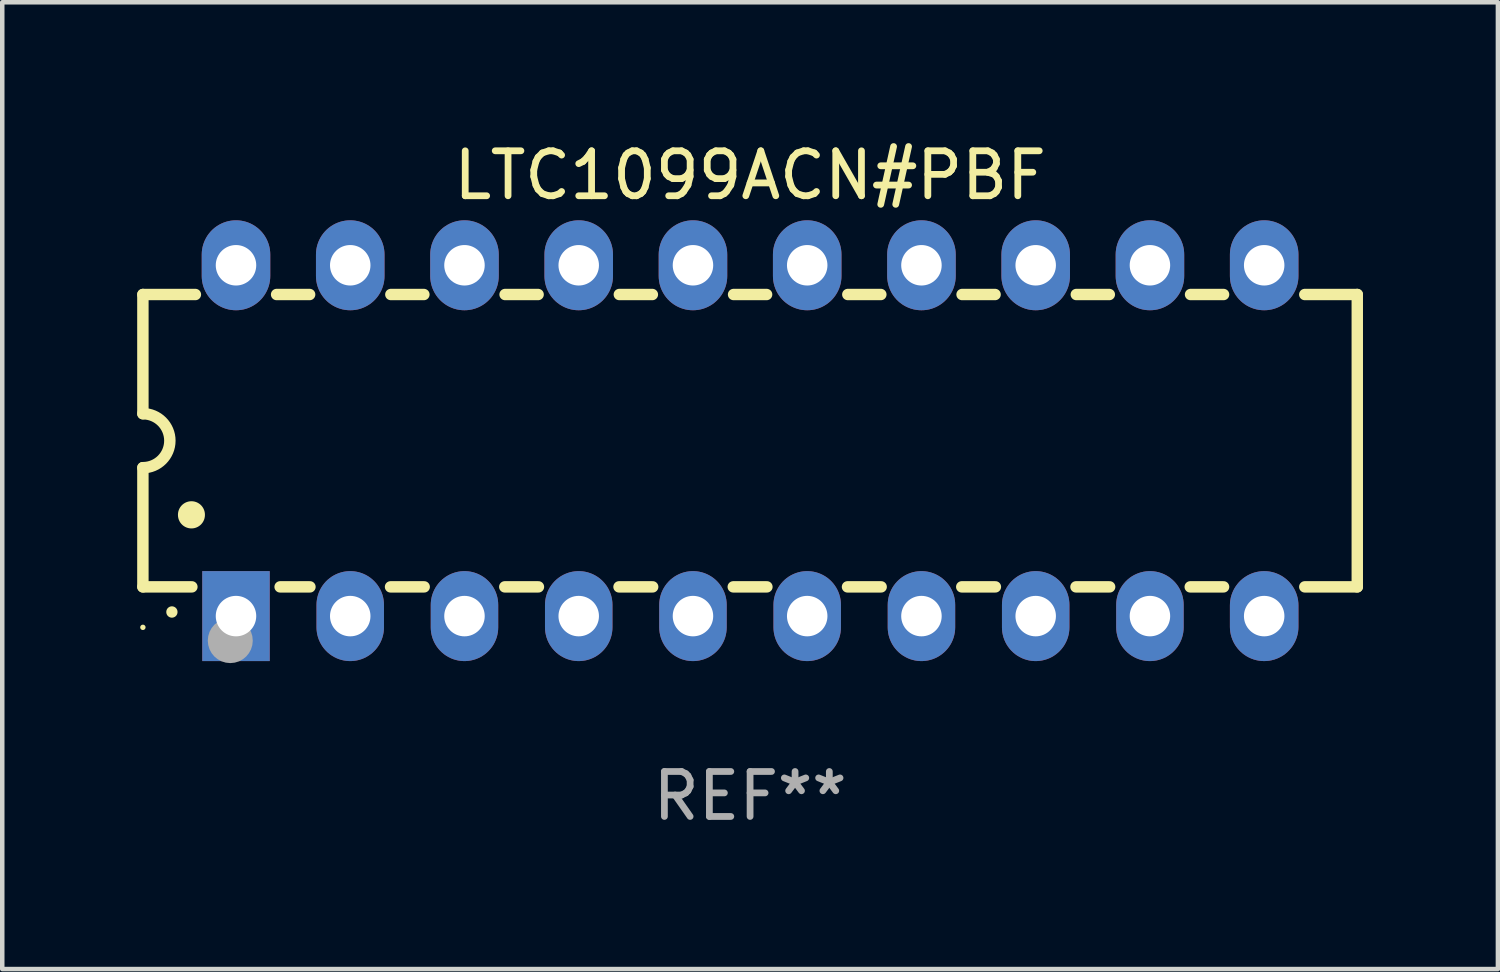
<source format=kicad_pcb>
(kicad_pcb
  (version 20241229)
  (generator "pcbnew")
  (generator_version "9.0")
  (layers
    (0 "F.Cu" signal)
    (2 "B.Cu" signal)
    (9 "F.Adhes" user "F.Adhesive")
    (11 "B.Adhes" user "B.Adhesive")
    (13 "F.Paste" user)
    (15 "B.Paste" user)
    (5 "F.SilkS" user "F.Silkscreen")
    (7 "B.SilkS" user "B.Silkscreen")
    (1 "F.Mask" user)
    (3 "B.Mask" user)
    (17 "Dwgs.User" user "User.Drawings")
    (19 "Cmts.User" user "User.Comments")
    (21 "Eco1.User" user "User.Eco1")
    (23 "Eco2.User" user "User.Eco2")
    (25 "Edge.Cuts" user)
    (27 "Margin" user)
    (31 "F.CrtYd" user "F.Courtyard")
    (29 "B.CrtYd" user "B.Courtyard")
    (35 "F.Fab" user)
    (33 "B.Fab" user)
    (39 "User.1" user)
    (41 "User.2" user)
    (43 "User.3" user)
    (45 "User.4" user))
  (footprint "LTC1099ACN#PBF"
    (layer "F.Cu")
    (at 13.627 6.748)
    (property "Reference" "LTC1099ACN#PBF" (at 0 -5.9 0) (layer "F.SilkS") (effects (font (size 1 1) (thickness 0.15))))
    (attr through_hole)
    (fp_line (start -13.5 -3.25) (end -12.333 -3.25) (stroke (width 0.254) (type solid)) (layer "F.SilkS"))
    (fp_line (start -13.5 -0.6) (end -13.5 -3.25) (stroke (width 0.254) (type solid)) (layer "F.SilkS"))
    (fp_line (start -13.5 3.25) (end -13.5 0.6) (stroke (width 0.254) (type solid)) (layer "F.SilkS"))
    (fp_line (start -13.5 3.25) (end -12.411 3.25) (stroke (width 0.254) (type solid)) (layer "F.SilkS"))
    (fp_line (start -10.527 -3.25) (end -9.793 -3.25) (stroke (width 0.254) (type solid)) (layer "F.SilkS"))
    (fp_line (start -10.449 3.25) (end -9.786 3.25) (stroke (width 0.254) (type solid)) (layer "F.SilkS"))
    (fp_line (start -7.994 3.25) (end -7.246 3.25) (stroke (width 0.254) (type solid)) (layer "F.SilkS"))
    (fp_line (start -7.987 -3.25) (end -7.253 -3.25) (stroke (width 0.254) (type solid)) (layer "F.SilkS"))
    (fp_line (start -5.454 3.25) (end -4.706 3.25) (stroke (width 0.254) (type solid)) (layer "F.SilkS"))
    (fp_line (start -5.447 -3.25) (end -4.713 -3.25) (stroke (width 0.254) (type solid)) (layer "F.SilkS"))
    (fp_line (start -2.914 3.25) (end -2.166 3.25) (stroke (width 0.254) (type solid)) (layer "F.SilkS"))
    (fp_line (start -2.907 -3.25) (end -2.173 -3.25) (stroke (width 0.254) (type solid)) (layer "F.SilkS"))
    (fp_line (start -0.374 3.25) (end 0.374 3.25) (stroke (width 0.254) (type solid)) (layer "F.SilkS"))
    (fp_line (start -0.367 -3.25) (end 0.367 -3.25) (stroke (width 0.254) (type solid)) (layer "F.SilkS"))
    (fp_line (start 2.166 3.25) (end 2.914 3.25) (stroke (width 0.254) (type solid)) (layer "F.SilkS"))
    (fp_line (start 2.173 -3.25) (end 2.907 -3.25) (stroke (width 0.254) (type solid)) (layer "F.SilkS"))
    (fp_line (start 4.706 3.25) (end 5.454 3.25) (stroke (width 0.254) (type solid)) (layer "F.SilkS"))
    (fp_line (start 4.713 -3.25) (end 5.447 -3.25) (stroke (width 0.254) (type solid)) (layer "F.SilkS"))
    (fp_line (start 7.246 3.25) (end 7.994 3.25) (stroke (width 0.254) (type solid)) (layer "F.SilkS"))
    (fp_line (start 7.253 -3.25) (end 7.987 -3.25) (stroke (width 0.254) (type solid)) (layer "F.SilkS"))
    (fp_line (start 9.786 3.25) (end 10.527 3.25) (stroke (width 0.254) (type solid)) (layer "F.SilkS"))
    (fp_line (start 9.793 -3.25) (end 10.527 -3.25) (stroke (width 0.254) (type solid)) (layer "F.SilkS"))
    (fp_line (start 12.333 -3.25) (end 13.5 -3.25) (stroke (width 0.254) (type solid)) (layer "F.SilkS"))
    (fp_line (start 12.333 3.25) (end 13.5 3.25) (stroke (width 0.254) (type solid)) (layer "F.SilkS"))
    (fp_line (start 13.5 -3.25) (end 13.5 3.25) (stroke (width 0.254) (type solid)) (layer "F.SilkS"))
    (fp_arc (start -13.500127 -0.599442) (mid -12.900406 0.000228) (end -13.500025 0.6) (stroke (width 0.254001) (type solid)) (layer "F.SilkS"))
    (fp_arc (start -12.854966 3.810008) (mid -12.854973 3.808738) (end -12.854966 3.807468) (stroke (width 0.25) (type solid)) (layer "F.SilkS"))
    (fp_arc (start -12.420625 1.651003) (mid -12.420636 1.648463) (end -12.420625 1.645923) (stroke (width 0.6) (type solid)) (layer "F.SilkS"))
    (fp_circle (center -13.5 4.15) (end -13.47 4.15) (stroke (width 0.06) (type solid)) (fill no) (layer "F.SilkS"))
    (fp_circle (center -11.557 4.445) (end -11.307 4.445) (stroke (width 0.5) (type solid)) (fill no) (layer "F.Fab"))
    (fp_text user "REF**" (at 0 7.9 0) (layer "F.Fab") (effects (font (size 1 1) (thickness 0.15))))
    (pad "1" thru_hole rect (at -11.43 3.9 90) (size 2 1.5) (drill 0.9) (layers "*.Cu" "*.Mask"))
    (pad "2" thru_hole oval (at -8.89 3.9 90) (size 2 1.5) (drill 0.9) (layers "*.Cu" "*.Mask"))
    (pad "3" thru_hole oval (at -6.35 3.9 90) (size 2 1.5) (drill 0.9) (layers "*.Cu" "*.Mask"))
    (pad "4" thru_hole oval (at -3.81 3.9 90) (size 2 1.5) (drill 0.9) (layers "*.Cu" "*.Mask"))
    (pad "5" thru_hole oval (at -1.27 3.9 90) (size 2 1.5) (drill 0.9) (layers "*.Cu" "*.Mask"))
    (pad "6" thru_hole oval (at 1.27 3.9 90) (size 2 1.5) (drill 0.9) (layers "*.Cu" "*.Mask"))
    (pad "7" thru_hole oval (at 3.81 3.9 90) (size 2 1.5) (drill 0.9) (layers "*.Cu" "*.Mask"))
    (pad "8" thru_hole oval (at 6.35 3.9 90) (size 2 1.5) (drill 0.9) (layers "*.Cu" "*.Mask"))
    (pad "9" thru_hole oval (at 8.89 3.9 90) (size 2 1.5) (drill 0.9) (layers "*.Cu" "*.Mask"))
    (pad "10" thru_hole oval (at 11.43 3.9 90) (size 2 1.524) (drill 0.9) (layers "*.Cu" "*.Mask"))
    (pad "11" thru_hole oval (at 11.43 -3.9 90) (size 2 1.524) (drill 0.9) (layers "*.Cu" "*.Mask"))
    (pad "12" thru_hole oval (at 8.89 -3.9 90) (size 2 1.524) (drill 0.9) (layers "*.Cu" "*.Mask"))
    (pad "13" thru_hole oval (at 6.35 -3.9 90) (size 2 1.524) (drill 0.9) (layers "*.Cu" "*.Mask"))
    (pad "14" thru_hole oval (at 3.81 -3.9 90) (size 2 1.524) (drill 0.9) (layers "*.Cu" "*.Mask"))
    (pad "15" thru_hole oval (at 1.27 -3.9 90) (size 2 1.524) (drill 0.9) (layers "*.Cu" "*.Mask"))
    (pad "16" thru_hole oval (at -1.27 -3.9 90) (size 2 1.524) (drill 0.9) (layers "*.Cu" "*.Mask"))
    (pad "17" thru_hole oval (at -3.81 -3.9 90) (size 2 1.524) (drill 0.9) (layers "*.Cu" "*.Mask"))
    (pad "18" thru_hole oval (at -6.35 -3.9 90) (size 2 1.524) (drill 0.9) (layers "*.Cu" "*.Mask"))
    (pad "19" thru_hole oval (at -8.89 -3.9 90) (size 2 1.524) (drill 0.9) (layers "*.Cu" "*.Mask"))
    (pad "20" thru_hole oval (at -11.43 -3.9 90) (size 2 1.524) (drill 0.9) (layers "*.Cu" "*.Mask")))
  (gr_rect
    (start -3 -3)
    (end 30.254 18.496)
    (stroke (width 0.1) (type default))
    (fill no)
    (layer "Edge.Cuts")))
</source>
